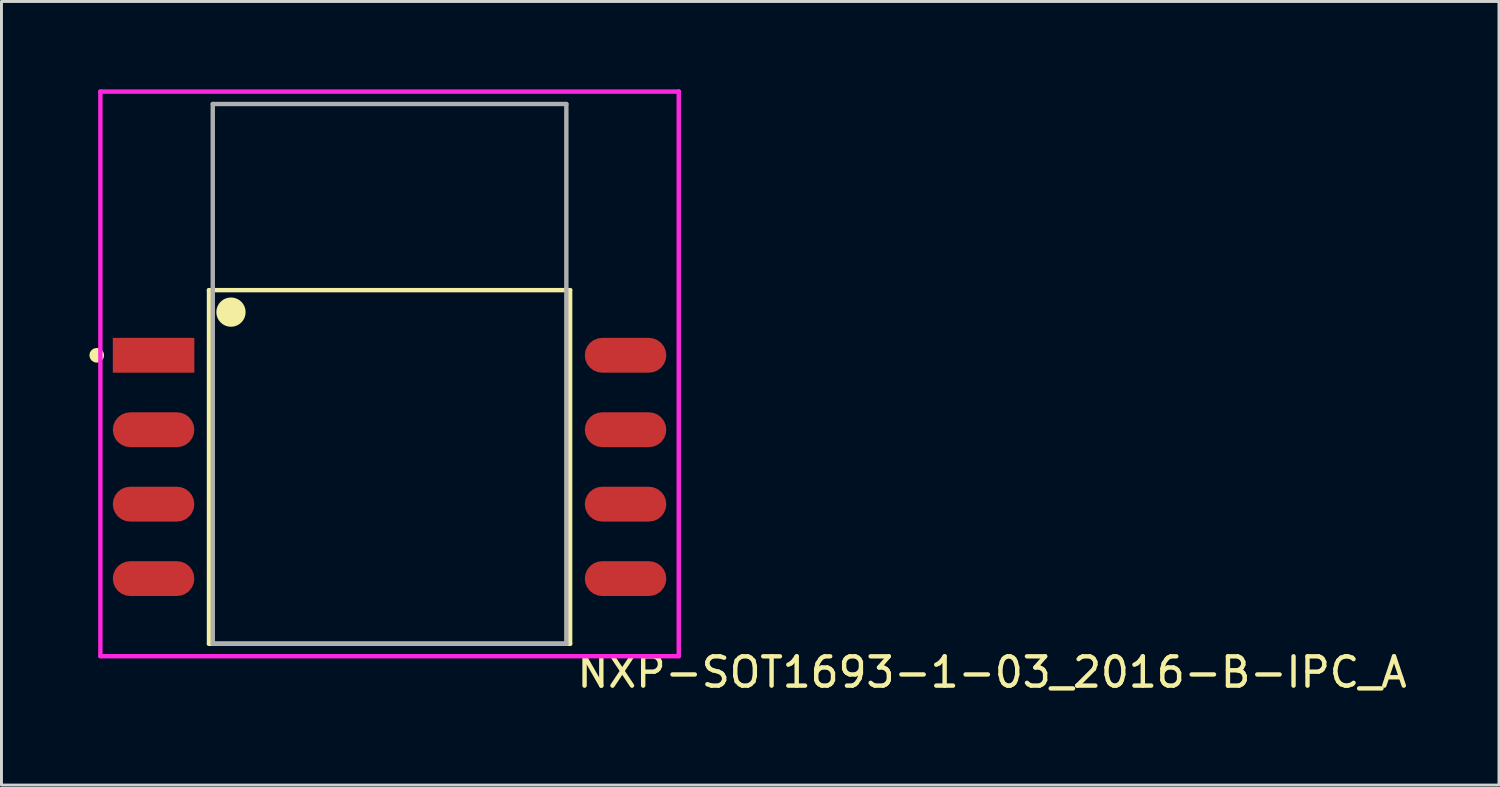
<source format=kicad_pcb>
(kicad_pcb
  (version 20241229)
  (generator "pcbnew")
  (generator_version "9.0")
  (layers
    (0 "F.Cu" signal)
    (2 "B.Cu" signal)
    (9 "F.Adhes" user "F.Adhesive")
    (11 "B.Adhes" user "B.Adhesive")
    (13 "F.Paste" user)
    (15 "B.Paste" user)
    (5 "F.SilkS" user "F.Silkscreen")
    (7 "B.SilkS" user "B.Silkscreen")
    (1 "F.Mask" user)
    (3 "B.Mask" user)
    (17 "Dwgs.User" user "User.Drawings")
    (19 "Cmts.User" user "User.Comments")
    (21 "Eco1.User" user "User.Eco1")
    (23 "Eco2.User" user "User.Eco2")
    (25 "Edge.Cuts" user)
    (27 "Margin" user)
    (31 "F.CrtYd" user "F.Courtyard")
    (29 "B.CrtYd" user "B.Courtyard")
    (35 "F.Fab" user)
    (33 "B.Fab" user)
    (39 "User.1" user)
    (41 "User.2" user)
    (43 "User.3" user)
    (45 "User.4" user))
  (footprint "NXP-SOT1693-1-03_2016-B-IPC_A"
    (layer "F.Cu")
    (at 10.242 12.882)
    (property "Reference" "NXP-SOT1693-1-03_2016-B-IPC_A" (at 6.317 7.007 180) (layer "F.SilkS") (effects (font (size 1 1) (thickness 0.15)) (justify left)))
    (attr through_hole)
    (fp_line (start -6.161 -6.032) (end 6.161 -6.032) (stroke (width 0.15) (type solid)) (layer "F.SilkS"))
    (fp_line (start -6.161 6.032) (end -6.161 -6.032) (stroke (width 0.15) (type solid)) (layer "F.SilkS"))
    (fp_line (start 6.161 -6.032) (end 6.161 6.032) (stroke (width 0.15) (type solid)) (layer "F.SilkS"))
    (fp_line (start 6.161 6.032) (end -6.161 6.032) (stroke (width 0.15) (type solid)) (layer "F.SilkS"))
    (fp_circle (center -9.992 -3.81) (end -9.867 -3.81) (stroke (width 0.25) (type solid)) (fill no) (layer "F.SilkS"))
    (fp_circle (center -5.411 -5.282) (end -5.161 -5.282) (stroke (width 0.5) (type solid)) (fill no) (layer "F.SilkS"))
    (fp_line (start -9.867 -12.807) (end -9.867 6.457) (stroke (width 0.15) (type solid)) (layer "F.CrtYd"))
    (fp_line (start -9.867 6.457) (end 9.867 6.457) (stroke (width 0.15) (type solid)) (layer "F.CrtYd"))
    (fp_line (start 9.867 -12.807) (end -9.867 -12.807) (stroke (width 0.15) (type solid)) (layer "F.CrtYd"))
    (fp_line (start 9.867 -12.807) (end 9.867 -12.807) (stroke (width 0.15) (type solid)) (layer "F.CrtYd"))
    (fp_line (start 9.867 6.457) (end 9.867 -12.807) (stroke (width 0.15) (type solid)) (layer "F.CrtYd"))
    (fp_line (start -6.032 -12.383) (end 6.032 -12.383) (stroke (width 0.15) (type solid)) (layer "F.Fab"))
    (fp_line (start -6.032 6.032) (end -6.032 -12.383) (stroke (width 0.15) (type solid)) (layer "F.Fab"))
    (fp_line (start 6.032 -12.383) (end 6.032 6.032) (stroke (width 0.15) (type solid)) (layer "F.Fab"))
    (fp_line (start 6.032 6.032) (end -6.032 6.032) (stroke (width 0.15) (type solid)) (layer "F.Fab"))
    (pad "1" smd rect (at -8.052 -3.81) (size 2.782 1.189) (layers "F.Cu" "F.Mask" "F.Paste"))
    (pad "2" smd roundrect (at -8.052 -1.27) (size 2.782 1.189) (layers "F.Cu" "F.Mask" "F.Paste") (roundrect_rratio 0.5))
    (pad "3" smd roundrect (at -8.052 1.27) (size 2.782 1.189) (layers "F.Cu" "F.Mask" "F.Paste") (roundrect_rratio 0.5))
    (pad "4" smd roundrect (at -8.052 3.81) (size 2.782 1.189) (layers "F.Cu" "F.Mask" "F.Paste") (roundrect_rratio 0.5))
    (pad "5" smd roundrect (at 8.052 3.81) (size 2.782 1.189) (layers "F.Cu" "F.Mask" "F.Paste") (roundrect_rratio 0.5))
    (pad "6" smd roundrect (at 8.052 1.27) (size 2.782 1.189) (layers "F.Cu" "F.Mask" "F.Paste") (roundrect_rratio 0.5))
    (pad "7" smd roundrect (at 8.052 -1.27) (size 2.782 1.189) (layers "F.Cu" "F.Mask" "F.Paste") (roundrect_rratio 0.5))
    (pad "8" smd roundrect (at 8.052 -3.81) (size 2.782 1.189) (layers "F.Cu" "F.Mask" "F.Paste") (roundrect_rratio 0.5)))
  (gr_rect
    (start -3 -3)
    (end 48.096 23.738)
    (stroke (width 0.1) (type default))
    (fill no)
    (layer "Edge.Cuts")))
</source>
